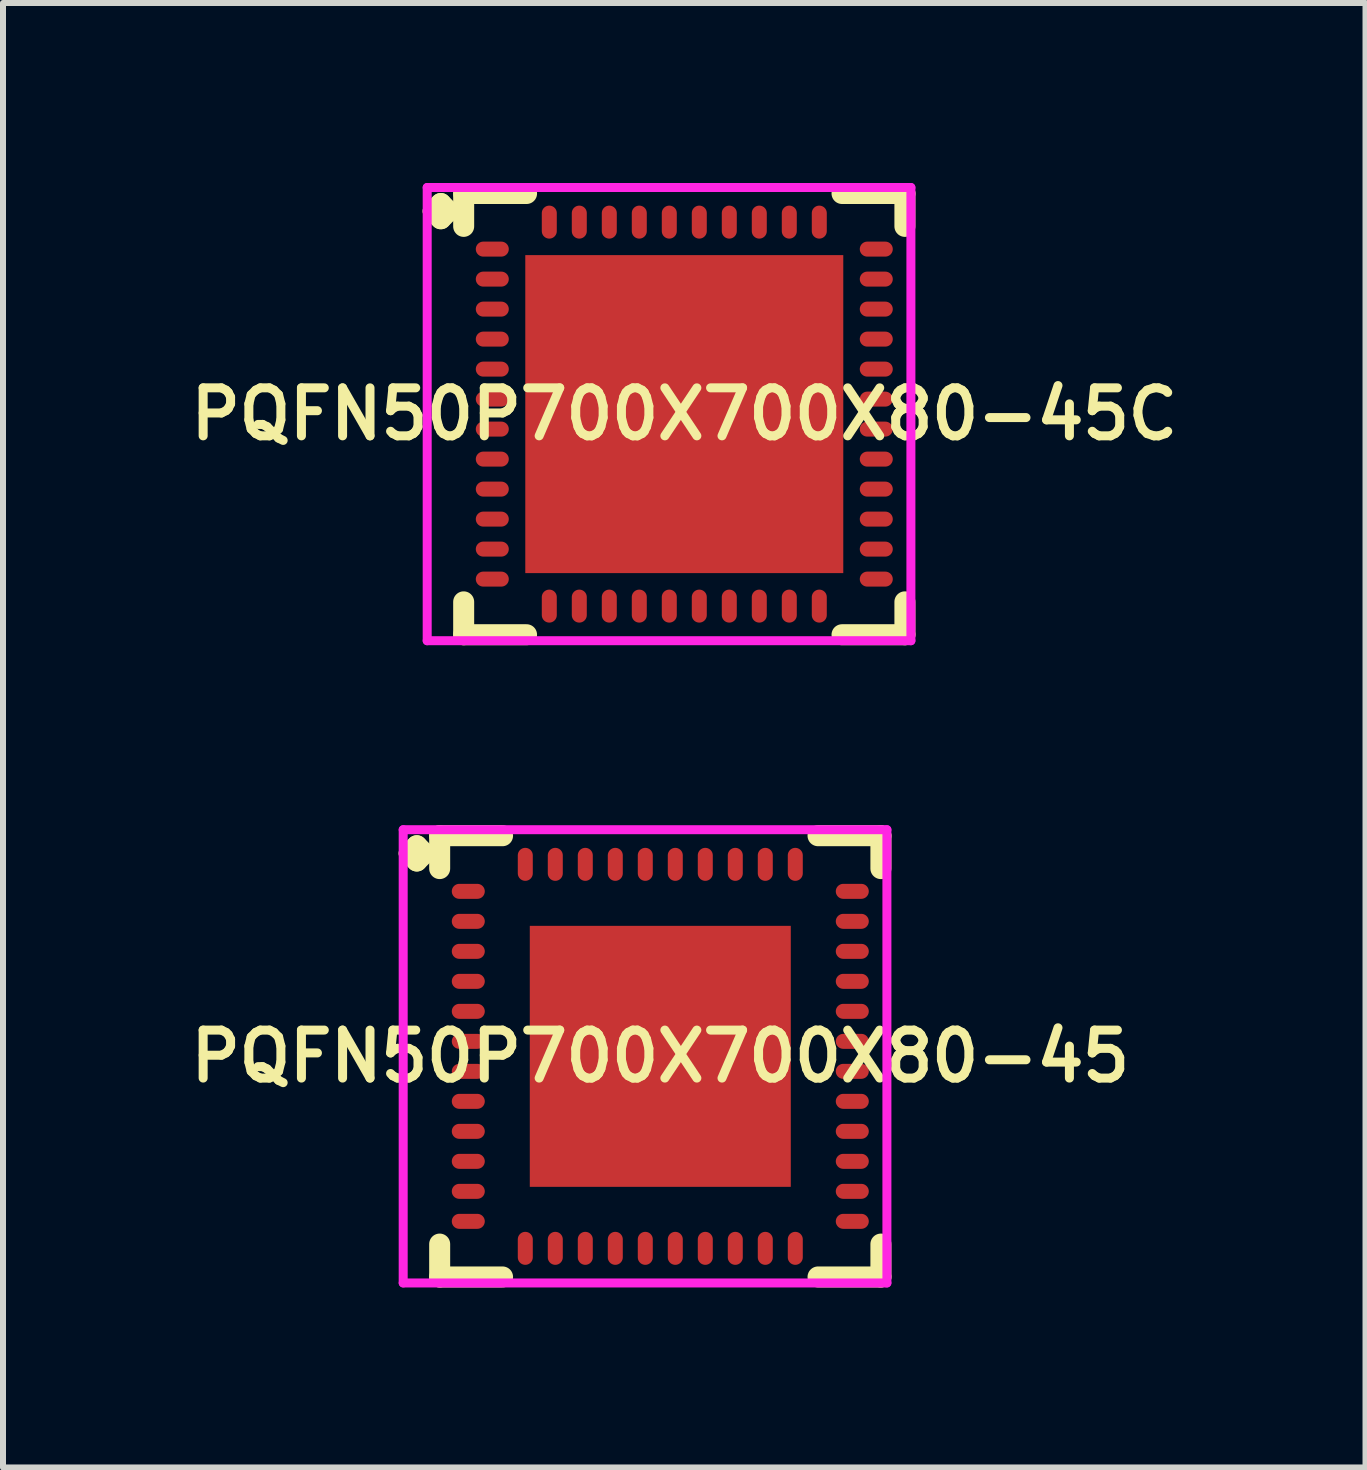
<source format=kicad_pcb>
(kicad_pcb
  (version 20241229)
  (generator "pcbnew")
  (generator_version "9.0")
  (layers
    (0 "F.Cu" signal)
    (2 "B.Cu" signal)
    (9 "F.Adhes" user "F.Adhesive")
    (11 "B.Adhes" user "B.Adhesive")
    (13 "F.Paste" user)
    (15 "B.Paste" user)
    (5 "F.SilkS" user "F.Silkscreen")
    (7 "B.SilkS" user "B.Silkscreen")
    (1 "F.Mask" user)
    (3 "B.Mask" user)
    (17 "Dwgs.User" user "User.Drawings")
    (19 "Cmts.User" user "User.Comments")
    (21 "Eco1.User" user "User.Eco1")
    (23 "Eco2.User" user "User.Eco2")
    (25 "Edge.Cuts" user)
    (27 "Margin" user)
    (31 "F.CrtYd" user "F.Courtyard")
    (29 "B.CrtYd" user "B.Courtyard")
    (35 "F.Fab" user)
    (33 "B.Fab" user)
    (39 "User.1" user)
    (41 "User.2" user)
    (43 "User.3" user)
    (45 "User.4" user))
  (footprint "PQFN50P700X700X80-45"
    (layer "F.Cu")
    (at 7.955 14.556)
    (property "Reference" "PQFN50P700X700X80-45" (at 0 0 0) (layer "F.SilkS") (effects (font (size 0.8 0.8) (thickness 0.15))))
    (attr through_hole)
    (fp_line (start -4.185 -3.383) (end -4.058 -3.51) (stroke (width 0.35) (type solid)) (layer "F.SilkS"))
    (fp_line (start -4.058 -3.51) (end -3.931 -3.383) (stroke (width 0.35) (type solid)) (layer "F.SilkS"))
    (fp_line (start -4.058 -3.256) (end -4.185 -3.383) (stroke (width 0.35) (type solid)) (layer "F.SilkS"))
    (fp_line (start -3.931 -3.383) (end -4.058 -3.256) (stroke (width 0.35) (type solid)) (layer "F.SilkS"))
    (fp_line (start -3.677 -3.677) (end -2.629 -3.677) (stroke (width 0.35) (type solid)) (layer "F.SilkS"))
    (fp_line (start -3.677 -3.129) (end -3.677 -3.677) (stroke (width 0.35) (type solid)) (layer "F.SilkS"))
    (fp_line (start -3.677 3.129) (end -3.677 3.677) (stroke (width 0.35) (type solid)) (layer "F.SilkS"))
    (fp_line (start -3.677 3.677) (end -2.629 3.677) (stroke (width 0.35) (type solid)) (layer "F.SilkS"))
    (fp_line (start 2.629 -3.677) (end 3.677 -3.677) (stroke (width 0.35) (type solid)) (layer "F.SilkS"))
    (fp_line (start 2.629 3.677) (end 3.677 3.677) (stroke (width 0.35) (type solid)) (layer "F.SilkS"))
    (fp_line (start 3.677 -3.677) (end 3.677 -3.129) (stroke (width 0.35) (type solid)) (layer "F.SilkS"))
    (fp_line (start 3.677 3.677) (end 3.677 3.129) (stroke (width 0.35) (type solid)) (layer "F.SilkS"))
    (fp_line (start -4.285 -3.777) (end 3.777 -3.777) (stroke (width 0.15) (type solid)) (layer "F.CrtYd"))
    (fp_line (start -4.285 3.777) (end -4.285 -3.777) (stroke (width 0.15) (type solid)) (layer "F.CrtYd"))
    (fp_line (start 3.777 -3.777) (end 3.777 3.777) (stroke (width 0.15) (type solid)) (layer "F.CrtYd"))
    (fp_line (start 3.777 3.777) (end -4.285 3.777) (stroke (width 0.15) (type solid)) (layer "F.CrtYd"))
    (pad "1" smd oval (at -3.2 -2.75) (size 0.55 0.25) (layers "F.Cu" "F.Mask" "F.Paste"))
    (pad "2" smd oval (at -3.2 -2.25) (size 0.55 0.25) (layers "F.Cu" "F.Mask" "F.Paste"))
    (pad "3" smd oval (at -3.2 -1.75) (size 0.55 0.25) (layers "F.Cu" "F.Mask" "F.Paste"))
    (pad "4" smd oval (at -3.2 -1.25) (size 0.55 0.25) (layers "F.Cu" "F.Mask" "F.Paste"))
    (pad "5" smd oval (at -3.2 -0.75) (size 0.55 0.25) (layers "F.Cu" "F.Mask" "F.Paste"))
    (pad "6" smd oval (at -3.2 -0.25) (size 0.55 0.25) (layers "F.Cu" "F.Mask" "F.Paste"))
    (pad "7" smd oval (at -3.2 0.25) (size 0.55 0.25) (layers "F.Cu" "F.Mask" "F.Paste"))
    (pad "8" smd oval (at -3.2 0.75) (size 0.55 0.25) (layers "F.Cu" "F.Mask" "F.Paste"))
    (pad "9" smd oval (at -3.2 1.25) (size 0.55 0.25) (layers "F.Cu" "F.Mask" "F.Paste"))
    (pad "10" smd oval (at -3.2 1.75) (size 0.55 0.25) (layers "F.Cu" "F.Mask" "F.Paste"))
    (pad "11" smd oval (at -3.2 2.25) (size 0.55 0.25) (layers "F.Cu" "F.Mask" "F.Paste"))
    (pad "12" smd oval (at -3.2 2.75) (size 0.55 0.25) (layers "F.Cu" "F.Mask" "F.Paste"))
    (pad "13" smd oval (at -2.25 3.2) (size 0.25 0.55) (layers "F.Cu" "F.Mask" "F.Paste"))
    (pad "14" smd oval (at -1.75 3.2) (size 0.25 0.55) (layers "F.Cu" "F.Mask" "F.Paste"))
    (pad "15" smd oval (at -1.25 3.2) (size 0.25 0.55) (layers "F.Cu" "F.Mask" "F.Paste"))
    (pad "16" smd oval (at -0.75 3.2) (size 0.25 0.55) (layers "F.Cu" "F.Mask" "F.Paste"))
    (pad "17" smd oval (at -0.25 3.2) (size 0.25 0.55) (layers "F.Cu" "F.Mask" "F.Paste"))
    (pad "18" smd oval (at 0.25 3.2) (size 0.25 0.55) (layers "F.Cu" "F.Mask" "F.Paste"))
    (pad "19" smd oval (at 0.75 3.2) (size 0.25 0.55) (layers "F.Cu" "F.Mask" "F.Paste"))
    (pad "20" smd oval (at 1.25 3.2) (size 0.25 0.55) (layers "F.Cu" "F.Mask" "F.Paste"))
    (pad "21" smd oval (at 1.75 3.2) (size 0.25 0.55) (layers "F.Cu" "F.Mask" "F.Paste"))
    (pad "22" smd oval (at 2.25 3.2) (size 0.25 0.55) (layers "F.Cu" "F.Mask" "F.Paste"))
    (pad "23" smd oval (at 3.2 2.75) (size 0.55 0.25) (layers "F.Cu" "F.Mask" "F.Paste"))
    (pad "24" smd oval (at 3.2 2.25) (size 0.55 0.25) (layers "F.Cu" "F.Mask" "F.Paste"))
    (pad "25" smd oval (at 3.2 1.75) (size 0.55 0.25) (layers "F.Cu" "F.Mask" "F.Paste"))
    (pad "26" smd oval (at 3.2 1.25) (size 0.55 0.25) (layers "F.Cu" "F.Mask" "F.Paste"))
    (pad "27" smd oval (at 3.2 0.75) (size 0.55 0.25) (layers "F.Cu" "F.Mask" "F.Paste"))
    (pad "28" smd oval (at 3.2 0.25) (size 0.55 0.25) (layers "F.Cu" "F.Mask" "F.Paste"))
    (pad "29" smd oval (at 3.2 -0.25) (size 0.55 0.25) (layers "F.Cu" "F.Mask" "F.Paste"))
    (pad "30" smd oval (at 3.2 -0.75) (size 0.55 0.25) (layers "F.Cu" "F.Mask" "F.Paste"))
    (pad "31" smd oval (at 3.2 -1.25) (size 0.55 0.25) (layers "F.Cu" "F.Mask" "F.Paste"))
    (pad "32" smd oval (at 3.2 -1.75) (size 0.55 0.25) (layers "F.Cu" "F.Mask" "F.Paste"))
    (pad "33" smd oval (at 3.2 -2.25) (size 0.55 0.25) (layers "F.Cu" "F.Mask" "F.Paste"))
    (pad "34" smd oval (at 3.2 -2.75) (size 0.55 0.25) (layers "F.Cu" "F.Mask" "F.Paste"))
    (pad "35" smd oval (at 2.25 -3.2) (size 0.25 0.55) (layers "F.Cu" "F.Mask" "F.Paste"))
    (pad "36" smd oval (at 1.75 -3.2) (size 0.25 0.55) (layers "F.Cu" "F.Mask" "F.Paste"))
    (pad "37" smd oval (at 1.25 -3.2) (size 0.25 0.55) (layers "F.Cu" "F.Mask" "F.Paste"))
    (pad "38" smd oval (at 0.75 -3.2) (size 0.25 0.55) (layers "F.Cu" "F.Mask" "F.Paste"))
    (pad "39" smd oval (at 0.25 -3.2) (size 0.25 0.55) (layers "F.Cu" "F.Mask" "F.Paste"))
    (pad "40" smd oval (at -0.25 -3.2) (size 0.25 0.55) (layers "F.Cu" "F.Mask" "F.Paste"))
    (pad "41" smd oval (at -0.75 -3.2) (size 0.25 0.55) (layers "F.Cu" "F.Mask" "F.Paste"))
    (pad "42" smd oval (at -1.25 -3.2) (size 0.25 0.55) (layers "F.Cu" "F.Mask" "F.Paste"))
    (pad "43" smd oval (at -1.75 -3.2) (size 0.25 0.55) (layers "F.Cu" "F.Mask" "F.Paste"))
    (pad "44" smd oval (at -2.25 -3.2) (size 0.25 0.55) (layers "F.Cu" "F.Mask" "F.Paste"))
    (pad "45" smd rect (at 0 0) (size 4.35 4.35) (layers "F.Cu" "F.Mask" "F.Paste")))
  (footprint "PQFN50P700X700X80-45C"
    (layer "F.Cu")
    (at 8.355 3.852)
    (property "Reference" "PQFN50P700X700X80-45C" (at 0 0 0) (layer "F.SilkS") (effects (font (size 0.8 0.8) (thickness 0.15))))
    (attr smd)
    (fp_line (start -4.185 -3.383) (end -4.058 -3.51) (stroke (width 0.35) (type solid)) (layer "F.SilkS"))
    (fp_line (start -4.058 -3.51) (end -3.931 -3.383) (stroke (width 0.35) (type solid)) (layer "F.SilkS"))
    (fp_line (start -4.058 -3.256) (end -4.185 -3.383) (stroke (width 0.35) (type solid)) (layer "F.SilkS"))
    (fp_line (start -3.931 -3.383) (end -4.058 -3.256) (stroke (width 0.35) (type solid)) (layer "F.SilkS"))
    (fp_line (start -3.677 -3.677) (end -2.629 -3.677) (stroke (width 0.35) (type solid)) (layer "F.SilkS"))
    (fp_line (start -3.677 -3.129) (end -3.677 -3.677) (stroke (width 0.35) (type solid)) (layer "F.SilkS"))
    (fp_line (start -3.677 3.129) (end -3.677 3.677) (stroke (width 0.35) (type solid)) (layer "F.SilkS"))
    (fp_line (start -3.677 3.677) (end -2.629 3.677) (stroke (width 0.35) (type solid)) (layer "F.SilkS"))
    (fp_line (start 2.629 -3.677) (end 3.677 -3.677) (stroke (width 0.35) (type solid)) (layer "F.SilkS"))
    (fp_line (start 2.629 3.677) (end 3.677 3.677) (stroke (width 0.35) (type solid)) (layer "F.SilkS"))
    (fp_line (start 3.677 -3.677) (end 3.677 -3.129) (stroke (width 0.35) (type solid)) (layer "F.SilkS"))
    (fp_line (start 3.677 3.677) (end 3.677 3.129) (stroke (width 0.35) (type solid)) (layer "F.SilkS"))
    (fp_line (start -4.285 -3.777) (end 3.777 -3.777) (stroke (width 0.15) (type solid)) (layer "F.CrtYd"))
    (fp_line (start -4.285 3.777) (end -4.285 -3.777) (stroke (width 0.15) (type solid)) (layer "F.CrtYd"))
    (fp_line (start 3.777 -3.777) (end 3.777 3.777) (stroke (width 0.15) (type solid)) (layer "F.CrtYd"))
    (fp_line (start 3.777 3.777) (end -4.285 3.777) (stroke (width 0.15) (type solid)) (layer "F.CrtYd"))
    (pad "1" smd oval (at -3.2 -2.75) (size 0.55 0.25) (layers "F.Cu" "F.Mask" "F.Paste"))
    (pad "2" smd oval (at -3.2 -2.25) (size 0.55 0.25) (layers "F.Cu" "F.Mask" "F.Paste"))
    (pad "3" smd oval (at -3.2 -1.75) (size 0.55 0.25) (layers "F.Cu" "F.Mask" "F.Paste"))
    (pad "4" smd oval (at -3.2 -1.25) (size 0.55 0.25) (layers "F.Cu" "F.Mask" "F.Paste"))
    (pad "5" smd oval (at -3.2 -0.75) (size 0.55 0.25) (layers "F.Cu" "F.Mask" "F.Paste"))
    (pad "6" smd oval (at -3.2 -0.25) (size 0.55 0.25) (layers "F.Cu" "F.Mask" "F.Paste"))
    (pad "7" smd oval (at -3.2 0.25) (size 0.55 0.25) (layers "F.Cu" "F.Mask" "F.Paste"))
    (pad "8" smd oval (at -3.2 0.75) (size 0.55 0.25) (layers "F.Cu" "F.Mask" "F.Paste"))
    (pad "9" smd oval (at -3.2 1.25) (size 0.55 0.25) (layers "F.Cu" "F.Mask" "F.Paste"))
    (pad "10" smd oval (at -3.2 1.75) (size 0.55 0.25) (layers "F.Cu" "F.Mask" "F.Paste"))
    (pad "11" smd oval (at -3.2 2.25) (size 0.55 0.25) (layers "F.Cu" "F.Mask" "F.Paste"))
    (pad "12" smd oval (at -3.2 2.75) (size 0.55 0.25) (layers "F.Cu" "F.Mask" "F.Paste"))
    (pad "13" smd oval (at -2.25 3.2) (size 0.25 0.55) (layers "F.Cu" "F.Mask" "F.Paste"))
    (pad "14" smd oval (at -1.75 3.2) (size 0.25 0.55) (layers "F.Cu" "F.Mask" "F.Paste"))
    (pad "15" smd oval (at -1.25 3.2) (size 0.25 0.55) (layers "F.Cu" "F.Mask" "F.Paste"))
    (pad "16" smd oval (at -0.75 3.2) (size 0.25 0.55) (layers "F.Cu" "F.Mask" "F.Paste"))
    (pad "17" smd oval (at -0.25 3.2) (size 0.25 0.55) (layers "F.Cu" "F.Mask" "F.Paste"))
    (pad "18" smd oval (at 0.25 3.2) (size 0.25 0.55) (layers "F.Cu" "F.Mask" "F.Paste"))
    (pad "19" smd oval (at 0.75 3.2) (size 0.25 0.55) (layers "F.Cu" "F.Mask" "F.Paste"))
    (pad "20" smd oval (at 1.25 3.2) (size 0.25 0.55) (layers "F.Cu" "F.Mask" "F.Paste"))
    (pad "21" smd oval (at 1.75 3.2) (size 0.25 0.55) (layers "F.Cu" "F.Mask" "F.Paste"))
    (pad "22" smd oval (at 2.25 3.2) (size 0.25 0.55) (layers "F.Cu" "F.Mask" "F.Paste"))
    (pad "23" smd oval (at 3.2 2.75) (size 0.55 0.25) (layers "F.Cu" "F.Mask" "F.Paste"))
    (pad "24" smd oval (at 3.2 2.25) (size 0.55 0.25) (layers "F.Cu" "F.Mask" "F.Paste"))
    (pad "25" smd oval (at 3.2 1.75) (size 0.55 0.25) (layers "F.Cu" "F.Mask" "F.Paste"))
    (pad "26" smd oval (at 3.2 1.25) (size 0.55 0.25) (layers "F.Cu" "F.Mask" "F.Paste"))
    (pad "27" smd oval (at 3.2 0.75) (size 0.55 0.25) (layers "F.Cu" "F.Mask" "F.Paste"))
    (pad "28" smd oval (at 3.2 0.25) (size 0.55 0.25) (layers "F.Cu" "F.Mask" "F.Paste"))
    (pad "29" smd oval (at 3.2 -0.25) (size 0.55 0.25) (layers "F.Cu" "F.Mask" "F.Paste"))
    (pad "30" smd oval (at 3.2 -0.75) (size 0.55 0.25) (layers "F.Cu" "F.Mask" "F.Paste"))
    (pad "31" smd oval (at 3.2 -1.25) (size 0.55 0.25) (layers "F.Cu" "F.Mask" "F.Paste"))
    (pad "32" smd oval (at 3.2 -1.75) (size 0.55 0.25) (layers "F.Cu" "F.Mask" "F.Paste"))
    (pad "33" smd oval (at 3.2 -2.25) (size 0.55 0.25) (layers "F.Cu" "F.Mask" "F.Paste"))
    (pad "34" smd oval (at 3.2 -2.75) (size 0.55 0.25) (layers "F.Cu" "F.Mask" "F.Paste"))
    (pad "35" smd oval (at 2.25 -3.2) (size 0.25 0.55) (layers "F.Cu" "F.Mask" "F.Paste"))
    (pad "36" smd oval (at 1.75 -3.2) (size 0.25 0.55) (layers "F.Cu" "F.Mask" "F.Paste"))
    (pad "37" smd oval (at 1.25 -3.2) (size 0.25 0.55) (layers "F.Cu" "F.Mask" "F.Paste"))
    (pad "38" smd oval (at 0.75 -3.2) (size 0.25 0.55) (layers "F.Cu" "F.Mask" "F.Paste"))
    (pad "39" smd oval (at 0.25 -3.2) (size 0.25 0.55) (layers "F.Cu" "F.Mask" "F.Paste"))
    (pad "40" smd oval (at -0.25 -3.2) (size 0.25 0.55) (layers "F.Cu" "F.Mask" "F.Paste"))
    (pad "41" smd oval (at -0.75 -3.2) (size 0.25 0.55) (layers "F.Cu" "F.Mask" "F.Paste"))
    (pad "42" smd oval (at -1.25 -3.2) (size 0.25 0.55) (layers "F.Cu" "F.Mask" "F.Paste"))
    (pad "43" smd oval (at -1.75 -3.2) (size 0.25 0.55) (layers "F.Cu" "F.Mask" "F.Paste"))
    (pad "44" smd oval (at -2.25 -3.2) (size 0.25 0.55) (layers "F.Cu" "F.Mask" "F.Paste"))
    (pad "45" smd rect (at 0 0) (size 5.3 5.3) (layers "F.Cu" "F.Mask" "F.Paste")))
  (gr_rect
    (start -3 -3)
    (end 19.709 21.408)
    (stroke (width 0.1) (type default))
    (fill no)
    (layer "Edge.Cuts")))
</source>
